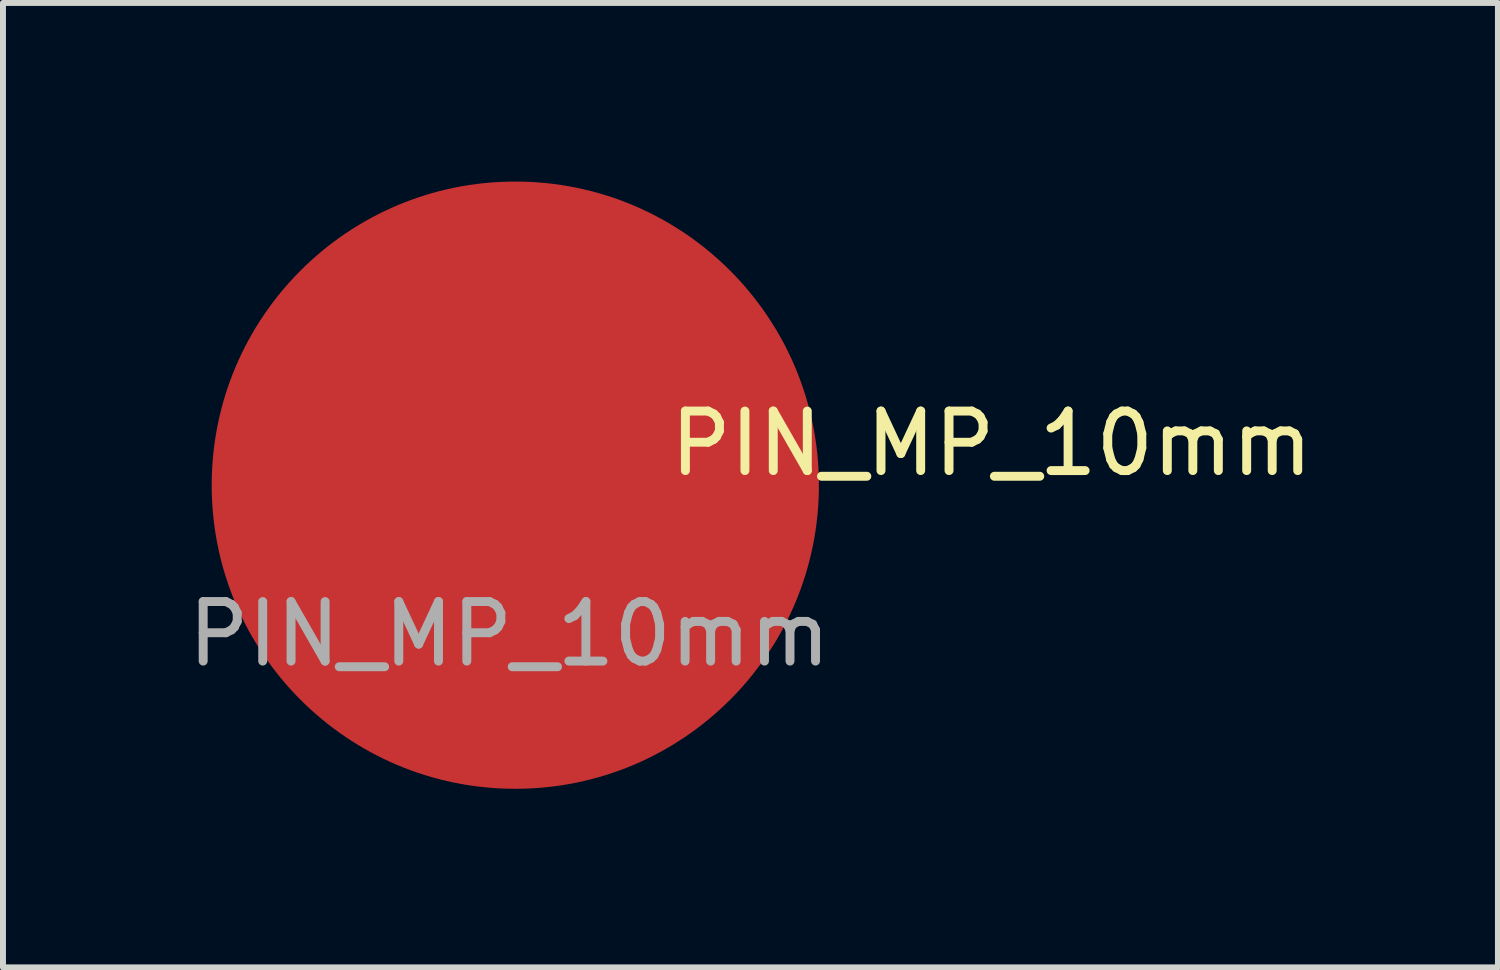
<source format=kicad_pcb>
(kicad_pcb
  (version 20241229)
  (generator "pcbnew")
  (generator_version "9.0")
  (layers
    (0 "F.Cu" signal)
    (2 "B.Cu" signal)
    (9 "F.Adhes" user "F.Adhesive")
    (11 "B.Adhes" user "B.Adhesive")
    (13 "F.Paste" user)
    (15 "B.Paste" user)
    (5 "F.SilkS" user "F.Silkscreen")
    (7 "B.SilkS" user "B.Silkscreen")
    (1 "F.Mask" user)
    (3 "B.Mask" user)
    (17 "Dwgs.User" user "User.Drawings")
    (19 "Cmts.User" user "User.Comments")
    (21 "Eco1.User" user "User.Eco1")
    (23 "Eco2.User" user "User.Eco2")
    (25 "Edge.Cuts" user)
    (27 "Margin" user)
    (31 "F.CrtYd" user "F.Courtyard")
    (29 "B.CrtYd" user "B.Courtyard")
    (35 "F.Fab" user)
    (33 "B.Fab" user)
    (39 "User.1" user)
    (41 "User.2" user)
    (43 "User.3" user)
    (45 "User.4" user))
  (footprint "PIN_MP_10mm"
    (layer "F.Cu")
    (at 5.506 5.1)
    (property "Reference" "PIN_MP_10mm" (at 8.1 -0.7 0) (unlocked yes) (layer "F.SilkS") (effects (font (size 1 1) (thickness 0.15))))
    (attr smd)
    (fp_text user "${REFERENCE}" (at 0 2.5 0) (unlocked yes) (layer "F.Fab") (effects (font (size 1 1) (thickness 0.15))))
    (pad "1" smd circle (at 0.1 0) (size 10.2 10.2) (layers "F.Cu" "F.Mask")))
  (gr_rect
    (start -3 -3)
    (end 22.112 13.2)
    (stroke (width 0.1) (type default))
    (fill no)
    (layer "Edge.Cuts")))
</source>
